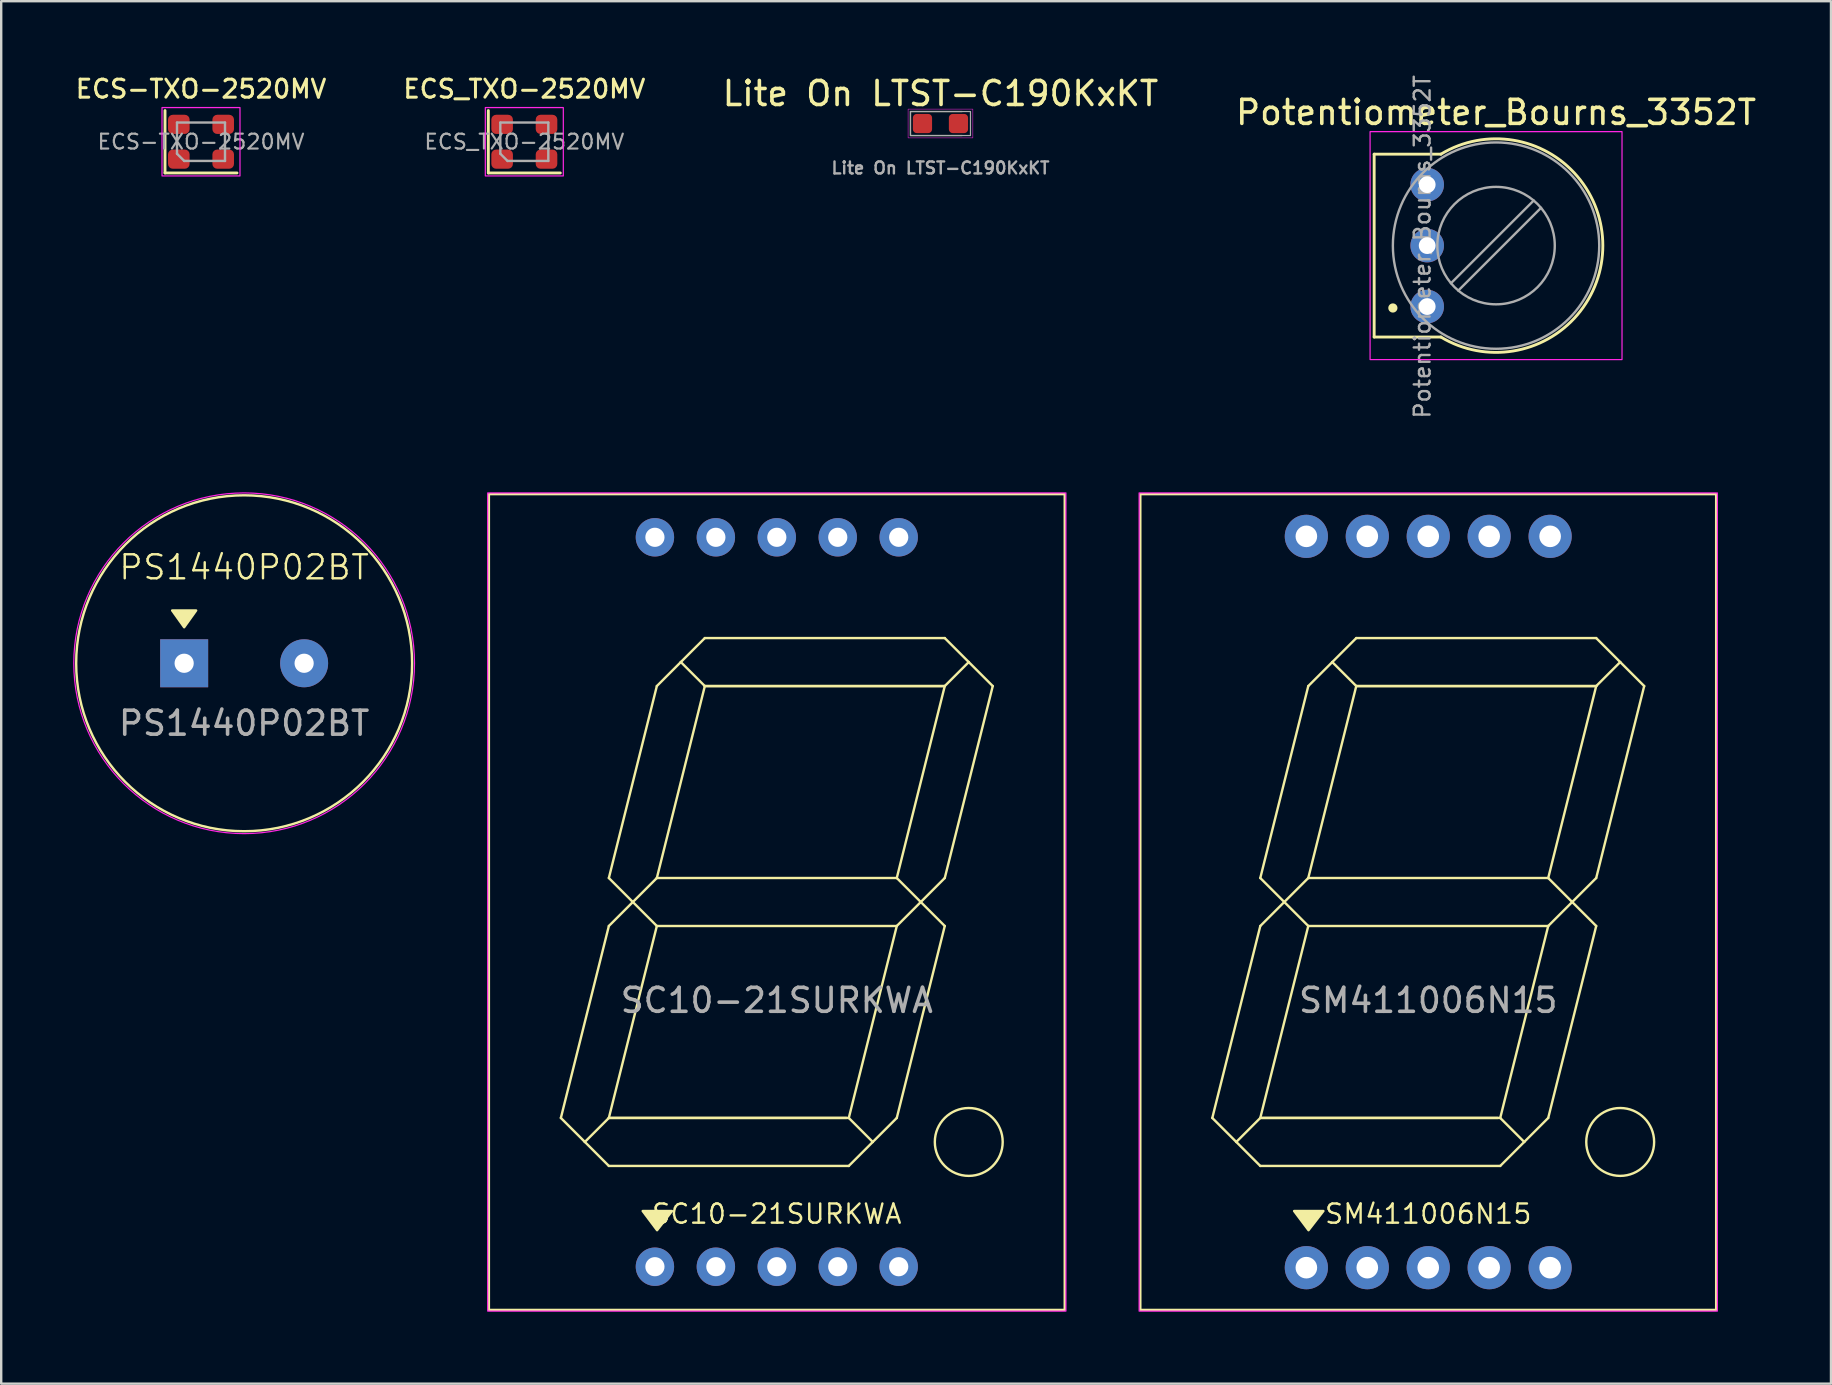
<source format=kicad_pcb>
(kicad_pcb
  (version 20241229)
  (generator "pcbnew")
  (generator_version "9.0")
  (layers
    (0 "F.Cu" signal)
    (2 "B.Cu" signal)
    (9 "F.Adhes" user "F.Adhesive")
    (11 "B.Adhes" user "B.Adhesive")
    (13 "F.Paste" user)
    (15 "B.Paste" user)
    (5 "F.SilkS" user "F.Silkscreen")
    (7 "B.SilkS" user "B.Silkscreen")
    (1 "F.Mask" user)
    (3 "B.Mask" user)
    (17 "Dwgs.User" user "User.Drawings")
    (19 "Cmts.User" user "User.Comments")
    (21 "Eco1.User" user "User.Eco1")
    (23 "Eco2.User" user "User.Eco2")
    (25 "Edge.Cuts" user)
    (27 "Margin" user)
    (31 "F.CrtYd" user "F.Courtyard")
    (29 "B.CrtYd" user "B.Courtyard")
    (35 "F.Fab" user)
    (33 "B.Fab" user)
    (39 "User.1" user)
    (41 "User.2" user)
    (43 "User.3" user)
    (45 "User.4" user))
  (footprint "SC10-21SURKWA"
    (layer "F.Cu")
    (at 29.325 34.543)
    (property "Reference" "SC10-21SURKWA" (at 0 13 0) (unlocked yes) (layer "F.SilkS") (effects (font (size 0.8 0.8) (thickness 0.1))))
    (attr through_hole)
    (fp_line (start -9 9) (end -8 10) (stroke (width 0.1) (type default)) (layer "F.SilkS"))
    (fp_line (start -8 10) (end -7 9) (stroke (width 0.1) (type default)) (layer "F.SilkS"))
    (fp_line (start -8 10) (end -7 11) (stroke (width 0.1) (type default)) (layer "F.SilkS"))
    (fp_line (start -7 -1) (end -6 0) (stroke (width 0.1) (type default)) (layer "F.SilkS"))
    (fp_line (start -7 1) (end -9 9) (stroke (width 0.1) (type default)) (layer "F.SilkS"))
    (fp_line (start -7 9) (end -5 1) (stroke (width 0.1) (type default)) (layer "F.SilkS"))
    (fp_line (start -7 9) (end 2.9 9) (stroke (width 0.1) (type default)) (layer "F.SilkS"))
    (fp_line (start -7 11) (end 3 11) (stroke (width 0.1) (type default)) (layer "F.SilkS"))
    (fp_line (start -6 0) (end -7 1) (stroke (width 0.1) (type default)) (layer "F.SilkS"))
    (fp_line (start -6 0) (end -5 -1) (stroke (width 0.1) (type default)) (layer "F.SilkS"))
    (fp_line (start -5 -9) (end -7 -1) (stroke (width 0.1) (type default)) (layer "F.SilkS"))
    (fp_line (start -5 -1) (end -3 -9) (stroke (width 0.1) (type default)) (layer "F.SilkS"))
    (fp_line (start -5 1) (end -6 0) (stroke (width 0.1) (type default)) (layer "F.SilkS"))
    (fp_line (start -5 1) (end 5 1) (stroke (width 0.1) (type default)) (layer "F.SilkS"))
    (fp_line (start -4 -10) (end -5 -9) (stroke (width 0.1) (type default)) (layer "F.SilkS"))
    (fp_line (start -3 -11) (end -4 -10) (stroke (width 0.1) (type default)) (layer "F.SilkS"))
    (fp_line (start -3 -9) (end -4 -10) (stroke (width 0.1) (type default)) (layer "F.SilkS"))
    (fp_line (start -3 -9) (end 7 -9) (stroke (width 0.1) (type default)) (layer "F.SilkS"))
    (fp_line (start 3 9) (end -7 9) (stroke (width 0.1) (type default)) (layer "F.SilkS"))
    (fp_line (start 3 9) (end 4 10) (stroke (width 0.1) (type default)) (layer "F.SilkS"))
    (fp_line (start 3 11) (end 4 10) (stroke (width 0.1) (type default)) (layer "F.SilkS"))
    (fp_line (start 5 -1) (end -5 -1) (stroke (width 0.1) (type default)) (layer "F.SilkS"))
    (fp_line (start 5 -1) (end 6 0) (stroke (width 0.1) (type default)) (layer "F.SilkS"))
    (fp_line (start 5 1) (end 3 9) (stroke (width 0.1) (type default)) (layer "F.SilkS"))
    (fp_line (start 5 1) (end 6 0) (stroke (width 0.1) (type default)) (layer "F.SilkS"))
    (fp_line (start 5 9) (end 4 10) (stroke (width 0.1) (type default)) (layer "F.SilkS"))
    (fp_line (start 5 9) (end 7 1) (stroke (width 0.1) (type default)) (layer "F.SilkS"))
    (fp_line (start 6 0) (end 7 -1) (stroke (width 0.1) (type default)) (layer "F.SilkS"))
    (fp_line (start 7 -11) (end -3 -11) (stroke (width 0.1) (type default)) (layer "F.SilkS"))
    (fp_line (start 7 -9) (end -3 -9) (stroke (width 0.1) (type default)) (layer "F.SilkS"))
    (fp_line (start 7 -9) (end 5 -1) (stroke (width 0.1) (type default)) (layer "F.SilkS"))
    (fp_line (start 7 -1) (end 9 -9) (stroke (width 0.1) (type default)) (layer "F.SilkS"))
    (fp_line (start 7 1) (end 6 0) (stroke (width 0.1) (type default)) (layer "F.SilkS"))
    (fp_line (start 8 -10) (end 7 -11) (stroke (width 0.1) (type default)) (layer "F.SilkS"))
    (fp_line (start 8 -10) (end 7 -9) (stroke (width 0.1) (type default)) (layer "F.SilkS"))
    (fp_line (start 9 -9) (end 8 -10) (stroke (width 0.1) (type default)) (layer "F.SilkS"))
    (fp_rect (start -12 -17) (end 12 17) (stroke (width 0.1) (type solid)) (fill no) (layer "F.SilkS"))
    (fp_circle (center 8 10) (end 7 11) (stroke (width 0.1) (type default)) (fill no) (layer "F.SilkS"))
    (fp_poly (pts (xy -4.99 13.679) (xy -5.59 12.879) (xy -4.369 12.879)) (stroke (width 0.1) (type solid)) (fill yes) (layer "F.SilkS"))
    (fp_rect (start -12.05 -17.05) (end 12.05 17.05) (stroke (width 0.05) (type solid)) (fill no) (layer "F.CrtYd"))
    (fp_text user "${REFERENCE}" (at 0 4.1 0) (unlocked yes) (layer "F.Fab") (effects (font (size 1 1) (thickness 0.15))))
    (pad "1" thru_hole circle (at -5.08 15.2) (size 1.6 1.6) (drill 0.8) (layers "*.Cu" "*.Mask"))
    (pad "2" thru_hole circle (at -2.54 15.2) (size 1.6 1.6) (drill 0.8) (layers "*.Cu" "*.Mask"))
    (pad "3" thru_hole circle (at 0 15.2) (size 1.6 1.6) (drill 0.8) (layers "*.Cu" "*.Mask"))
    (pad "4" thru_hole circle (at 2.54 15.2) (size 1.6 1.6) (drill 0.8) (layers "*.Cu" "*.Mask"))
    (pad "5" thru_hole circle (at 5.08 15.2) (size 1.6 1.6) (drill 0.8) (layers "*.Cu" "*.Mask"))
    (pad "6" thru_hole circle (at 5.08 -15.2) (size 1.6 1.6) (drill 0.8) (layers "*.Cu" "*.Mask"))
    (pad "7" thru_hole circle (at 2.54 -15.2) (size 1.6 1.6) (drill 0.8) (layers "*.Cu" "*.Mask"))
    (pad "8" thru_hole circle (at 0 -15.2) (size 1.6 1.6) (drill 0.8) (layers "*.Cu" "*.Mask"))
    (pad "9" thru_hole circle (at -2.54 -15.2) (size 1.6 1.6) (drill 0.8) (layers "*.Cu" "*.Mask"))
    (pad "10" thru_hole circle (at -5.08 -15.2) (size 1.6 1.6) (drill 0.8) (layers "*.Cu" "*.Mask")))
  (footprint "Lite On LTST-C190KxKT"
    (layer "F.Cu")
    (at 36.146 2.098)
    (property "Reference" "Lite On LTST-C190KxKT" (at 0 -1.25 0) (unlocked yes) (layer "F.SilkS") (effects (font (size 1 1) (thickness 0.15))))
    (attr smd)
    (fp_line (start -1.25 -0.5) (end -1.25 0.5) (stroke (width 0.05) (type solid)) (layer "F.SilkS"))
    (fp_line (start -1.25 0.5) (end 0.9 0.5) (stroke (width 0.05) (type solid)) (layer "F.SilkS"))
    (fp_line (start 0.9 -0.5) (end -1.25 -0.5) (stroke (width 0.05) (type solid)) (layer "F.SilkS"))
    (fp_rect (start -1.35 -0.6) (end 1.35 0.6) (stroke (width 0.02) (type solid)) (fill no) (layer "F.CrtYd"))
    (fp_rect (start -1.25 -0.5) (end 1.25 0.5) (stroke (width 0.05) (type solid)) (fill no) (layer "F.Fab"))
    (fp_text user "${REFERENCE}" (at 0 1.854 0) (unlocked yes) (layer "F.Fab") (effects (font (size 0.5 0.5) (thickness 0.1) (bold yes))))
    (pad "1" smd roundrect (at -0.75 0) (size 0.8 0.8) (layers "F.Cu" "F.Mask" "F.Paste") (roundrect_rratio 0.2))
    (pad "2" smd roundrect (at 0.75 0) (size 0.8 0.8) (layers "F.Cu" "F.Mask" "F.Paste") (roundrect_rratio 0.2)))
  (footprint "ECS-TXO-2520MV"
    (layer "F.Cu")
    (at 5.327 2.858)
    (property "Reference" "ECS-TXO-2520MV" (at 0 -2.2 0) (layer "F.SilkS") (effects (font (size 0.75 0.75) (thickness 0.125))))
    (attr smd)
    (fp_line (start -1.5 -1.3) (end -1.5 1.3) (stroke (width 0.12) (type solid)) (layer "F.SilkS"))
    (fp_line (start -1.5 1.3) (end 1.5 1.3) (stroke (width 0.12) (type solid)) (layer "F.SilkS"))
    (fp_rect (start -1.625 -1.425) (end 1.625 1.425) (stroke (width 0.05) (type solid)) (fill no) (layer "F.CrtYd"))
    (fp_line (start -1 -0.8) (end -1 0.5) (stroke (width 0.1) (type default)) (layer "F.Fab"))
    (fp_line (start -1 -0.8) (end 1 -0.8) (stroke (width 0.1) (type default)) (layer "F.Fab"))
    (fp_line (start -1 0.5) (end -0.7 0.8) (stroke (width 0.1) (type default)) (layer "F.Fab"))
    (fp_line (start -0.7 0.8) (end 1 0.8) (stroke (width 0.1) (type default)) (layer "F.Fab"))
    (fp_line (start 1 0.8) (end 1 -0.8) (stroke (width 0.1) (type default)) (layer "F.Fab"))
    (fp_text user "${REFERENCE}" (at 0 0 0) (layer "F.Fab") (effects (font (size 0.62 0.62) (thickness 0.09))))
    (pad "1" smd roundrect (at -0.925 0.725) (size 0.9 0.8) (layers "F.Cu" "F.Mask" "F.Paste") (roundrect_rratio 0.25))
    (pad "2" smd roundrect (at 0.925 0.725) (size 0.9 0.8) (layers "F.Cu" "F.Mask" "F.Paste") (roundrect_rratio 0.25))
    (pad "3" smd roundrect (at 0.925 -0.725) (size 0.9 0.8) (layers "F.Cu" "F.Mask" "F.Paste") (roundrect_rratio 0.25))
    (pad "4" smd roundrect (at -0.925 -0.725) (size 0.9 0.8) (layers "F.Cu" "F.Mask" "F.Paste") (roundrect_rratio 0.25)))
  (footprint "PS1440P02BT"
    (layer "F.Cu")
    (at 7.125 24.593)
    (property "Reference" "PS1440P02BT" (at 0 -4 0) (unlocked yes) (layer "F.SilkS") (effects (font (size 1 1) (thickness 0.1))))
    (attr through_hole)
    (fp_circle (center 0 0) (end 7 0) (stroke (width 0.1) (type solid)) (fill no) (layer "F.SilkS"))
    (fp_poly (pts (xy -2.5 -1.5) (xy -3 -2.2) (xy -2 -2.2)) (stroke (width 0.1) (type solid)) (fill yes) (layer "F.SilkS"))
    (fp_circle (center 0 0) (end 7.1 0) (stroke (width 0.05) (type solid)) (fill no) (layer "F.CrtYd"))
    (fp_text user "${REFERENCE}" (at 0 2.5 0) (unlocked yes) (layer "F.Fab") (effects (font (size 1 1) (thickness 0.15))))
    (pad "1" thru_hole rect (at -2.5 0) (size 2 2) (drill 0.8) (layers "*.Cu" "*.Mask"))
    (pad "2" thru_hole circle (at 2.5 0) (size 2 2) (drill 0.8) (layers "*.Cu" "*.Mask")))
  (footprint "Potentiometer_Bourns_3352T"
    (layer "F.Cu")
    (at 59.301 7.186)
    (property "Reference" "Potentiometer_Bourns_3352T" (at 0 -5.55 0) (layer "F.SilkS") (effects (font (size 1 1) (thickness 0.15))))
    (attr through_hole)
    (fp_line (start -5.08 -3.81) (end -5.08 3.81) (stroke (width 0.12) (type solid)) (layer "F.SilkS"))
    (fp_line (start -5.08 3.81) (end -2.299 3.81) (stroke (width 0.12) (type solid)) (layer "F.SilkS"))
    (fp_line (start -2.3 -3.81) (end -5.08 -3.81) (stroke (width 0.12) (type solid)) (layer "F.SilkS"))
    (fp_arc (start -2.299981 -3.81) (mid 4.450395 -0.000327) (end -2.299421 3.810338) (stroke (width 0.12) (type solid)) (layer "F.SilkS"))
    (fp_circle (center -4.3 2.6) (end -4.2 2.7) (stroke (width 0.1) (type solid)) (fill yes) (layer "F.SilkS"))
    (fp_rect (start -5.25 -4.75) (end 5.25 4.75) (stroke (width 0.05) (type solid)) (fill no) (layer "F.CrtYd"))
    (fp_line (start 1.569 -1.879) (end -1.879 1.569) (stroke (width 0.1) (type solid)) (layer "F.Fab"))
    (fp_line (start 1.874 -1.574) (end -1.574 1.874) (stroke (width 0.1) (type solid)) (layer "F.Fab"))
    (fp_circle (center 0 0) (end 2.447 0.048) (stroke (width 0.1) (type solid)) (fill no) (layer "F.Fab"))
    (fp_circle (center 0 0) (end 4.3 0) (stroke (width 0.1) (type solid)) (fill no) (layer "F.Fab"))
    (fp_text user "${REFERENCE}" (at -3.071 0.048 90) (layer "F.Fab") (effects (font (size 0.66 0.66) (thickness 0.1))))
    (pad "1" thru_hole circle (at -2.87 2.54) (size 1.4 1.4) (drill 0.7) (layers "*.Cu" "*.Mask"))
    (pad "2" thru_hole circle (at -2.87 0) (size 1.4 1.4) (drill 0.7) (layers "*.Cu" "*.Mask"))
    (pad "3" thru_hole circle (at -2.87 -2.54) (size 1.4 1.4) (drill 0.7) (layers "*.Cu" "*.Mask")))
  (footprint "ECS_TXO-2520MV"
    (layer "F.Cu")
    (at 18.802 2.858)
    (property "Reference" "ECS_TXO-2520MV" (at 0 -2.2 0) (layer "F.SilkS") (effects (font (size 0.75 0.75) (thickness 0.125))))
    (attr smd)
    (fp_line (start -1.5 -1.3) (end -1.5 1.3) (stroke (width 0.12) (type solid)) (layer "F.SilkS"))
    (fp_line (start -1.5 1.3) (end 1.5 1.3) (stroke (width 0.12) (type solid)) (layer "F.SilkS"))
    (fp_rect (start -1.625 -1.425) (end 1.625 1.425) (stroke (width 0.05) (type solid)) (fill no) (layer "F.CrtYd"))
    (fp_line (start -1 -0.8) (end -1 0.5) (stroke (width 0.1) (type default)) (layer "F.Fab"))
    (fp_line (start -1 -0.8) (end 1 -0.8) (stroke (width 0.1) (type default)) (layer "F.Fab"))
    (fp_line (start -1 0.5) (end -0.7 0.8) (stroke (width 0.1) (type default)) (layer "F.Fab"))
    (fp_line (start -0.7 0.8) (end 1 0.8) (stroke (width 0.1) (type default)) (layer "F.Fab"))
    (fp_line (start 1 0.8) (end 1 -0.8) (stroke (width 0.1) (type default)) (layer "F.Fab"))
    (fp_text user "${REFERENCE}" (at 0 0 0) (layer "F.Fab") (effects (font (size 0.62 0.62) (thickness 0.09))))
    (pad "1" smd roundrect (at -0.925 0.725) (size 0.9 0.8) (layers "F.Cu" "F.Mask" "F.Paste") (roundrect_rratio 0.25))
    (pad "2" smd roundrect (at 0.925 0.725) (size 0.9 0.8) (layers "F.Cu" "F.Mask" "F.Paste") (roundrect_rratio 0.25))
    (pad "3" smd roundrect (at 0.925 -0.725) (size 0.9 0.8) (layers "F.Cu" "F.Mask" "F.Paste") (roundrect_rratio 0.25))
    (pad "4" smd roundrect (at -0.925 -0.725) (size 0.9 0.8) (layers "F.Cu" "F.Mask" "F.Paste") (roundrect_rratio 0.25)))
  (footprint "SM411006N15"
    (layer "F.Cu")
    (at 56.475 34.543)
    (property "Reference" "SM411006N15" (at 0 13 0) (unlocked yes) (layer "F.SilkS") (effects (font (size 0.8 0.8) (thickness 0.1))))
    (attr through_hole)
    (fp_line (start -9 9) (end -8 10) (stroke (width 0.1) (type default)) (layer "F.SilkS"))
    (fp_line (start -8 10) (end -7 9) (stroke (width 0.1) (type default)) (layer "F.SilkS"))
    (fp_line (start -8 10) (end -7 11) (stroke (width 0.1) (type default)) (layer "F.SilkS"))
    (fp_line (start -7 -1) (end -6 0) (stroke (width 0.1) (type default)) (layer "F.SilkS"))
    (fp_line (start -7 1) (end -9 9) (stroke (width 0.1) (type default)) (layer "F.SilkS"))
    (fp_line (start -7 9) (end -5 1) (stroke (width 0.1) (type default)) (layer "F.SilkS"))
    (fp_line (start -7 9) (end 2.9 9) (stroke (width 0.1) (type default)) (layer "F.SilkS"))
    (fp_line (start -7 11) (end 3 11) (stroke (width 0.1) (type default)) (layer "F.SilkS"))
    (fp_line (start -6 0) (end -7 1) (stroke (width 0.1) (type default)) (layer "F.SilkS"))
    (fp_line (start -6 0) (end -5 -1) (stroke (width 0.1) (type default)) (layer "F.SilkS"))
    (fp_line (start -5 -9) (end -7 -1) (stroke (width 0.1) (type default)) (layer "F.SilkS"))
    (fp_line (start -5 -1) (end -3 -9) (stroke (width 0.1) (type default)) (layer "F.SilkS"))
    (fp_line (start -5 1) (end -6 0) (stroke (width 0.1) (type default)) (layer "F.SilkS"))
    (fp_line (start -5 1) (end 5 1) (stroke (width 0.1) (type default)) (layer "F.SilkS"))
    (fp_line (start -4 -10) (end -5 -9) (stroke (width 0.1) (type default)) (layer "F.SilkS"))
    (fp_line (start -3 -11) (end -4 -10) (stroke (width 0.1) (type default)) (layer "F.SilkS"))
    (fp_line (start -3 -9) (end -4 -10) (stroke (width 0.1) (type default)) (layer "F.SilkS"))
    (fp_line (start -3 -9) (end 7 -9) (stroke (width 0.1) (type default)) (layer "F.SilkS"))
    (fp_line (start 3 9) (end -7 9) (stroke (width 0.1) (type default)) (layer "F.SilkS"))
    (fp_line (start 3 9) (end 4 10) (stroke (width 0.1) (type default)) (layer "F.SilkS"))
    (fp_line (start 3 11) (end 4 10) (stroke (width 0.1) (type default)) (layer "F.SilkS"))
    (fp_line (start 5 -1) (end -5 -1) (stroke (width 0.1) (type default)) (layer "F.SilkS"))
    (fp_line (start 5 -1) (end 6 0) (stroke (width 0.1) (type default)) (layer "F.SilkS"))
    (fp_line (start 5 1) (end 3 9) (stroke (width 0.1) (type default)) (layer "F.SilkS"))
    (fp_line (start 5 1) (end 6 0) (stroke (width 0.1) (type default)) (layer "F.SilkS"))
    (fp_line (start 5 9) (end 4 10) (stroke (width 0.1) (type default)) (layer "F.SilkS"))
    (fp_line (start 5 9) (end 7 1) (stroke (width 0.1) (type default)) (layer "F.SilkS"))
    (fp_line (start 6 0) (end 7 -1) (stroke (width 0.1) (type default)) (layer "F.SilkS"))
    (fp_line (start 7 -11) (end -3 -11) (stroke (width 0.1) (type default)) (layer "F.SilkS"))
    (fp_line (start 7 -9) (end -3 -9) (stroke (width 0.1) (type default)) (layer "F.SilkS"))
    (fp_line (start 7 -9) (end 5 -1) (stroke (width 0.1) (type default)) (layer "F.SilkS"))
    (fp_line (start 7 -1) (end 9 -9) (stroke (width 0.1) (type default)) (layer "F.SilkS"))
    (fp_line (start 7 1) (end 6 0) (stroke (width 0.1) (type default)) (layer "F.SilkS"))
    (fp_line (start 8 -10) (end 7 -11) (stroke (width 0.1) (type default)) (layer "F.SilkS"))
    (fp_line (start 8 -10) (end 7 -9) (stroke (width 0.1) (type default)) (layer "F.SilkS"))
    (fp_line (start 9 -9) (end 8 -10) (stroke (width 0.1) (type default)) (layer "F.SilkS"))
    (fp_rect (start -12 -17) (end 12 17) (stroke (width 0.1) (type solid)) (fill no) (layer "F.SilkS"))
    (fp_circle (center 8 10) (end 7 11) (stroke (width 0.1) (type default)) (fill no) (layer "F.SilkS"))
    (fp_poly (pts (xy -4.99 13.679) (xy -5.59 12.879) (xy -4.369 12.879)) (stroke (width 0.1) (type solid)) (fill yes) (layer "F.SilkS"))
    (fp_rect (start -12.05 -17.05) (end 12.05 17.05) (stroke (width 0.05) (type solid)) (fill no) (layer "F.CrtYd"))
    (fp_text user "${REFERENCE}" (at 0 4.1 0) (unlocked yes) (layer "F.Fab") (effects (font (size 1 1) (thickness 0.15))))
    (pad "1" thru_hole circle (at -5.08 15.24) (size 1.8 1.8) (drill 0.9) (layers "*.Cu" "*.Mask"))
    (pad "2" thru_hole circle (at -2.54 15.24) (size 1.8 1.8) (drill 0.9) (layers "*.Cu" "*.Mask"))
    (pad "3" thru_hole circle (at 0 15.24) (size 1.8 1.8) (drill 0.9) (layers "*.Cu" "*.Mask"))
    (pad "4" thru_hole circle (at 2.54 15.24) (size 1.8 1.8) (drill 0.9) (layers "*.Cu" "*.Mask"))
    (pad "5" thru_hole circle (at 5.08 15.24) (size 1.8 1.8) (drill 0.9) (layers "*.Cu" "*.Mask"))
    (pad "6" thru_hole circle (at 5.08 -15.24) (size 1.8 1.8) (drill 0.9) (layers "*.Cu" "*.Mask"))
    (pad "7" thru_hole circle (at 2.54 -15.24) (size 1.8 1.8) (drill 0.9) (layers "*.Cu" "*.Mask"))
    (pad "8" thru_hole circle (at 0 -15.24) (size 1.8 1.8) (drill 0.9) (layers "*.Cu" "*.Mask"))
    (pad "9" thru_hole circle (at -2.54 -15.24) (size 1.8 1.8) (drill 0.9) (layers "*.Cu" "*.Mask"))
    (pad "10" thru_hole circle (at -5.08 -15.24) (size 1.8 1.8) (drill 0.9) (layers "*.Cu" "*.Mask")))
  (gr_rect
    (start -3 -3)
    (end 73.26 54.618)
    (stroke (width 0.1) (type default))
    (fill no)
    (layer "Edge.Cuts")))
</source>
